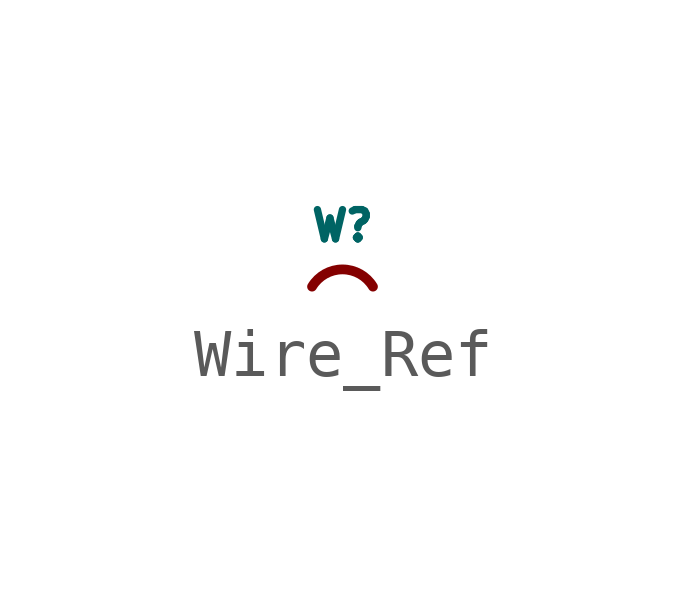
<source format=kicad_sym>
(kicad_symbol_lib
  (version 20220914)
  (generator kicad_symbol_editor)
  (symbol "Wire_Ref"
    (pin_numbers hide)
    (pin_names
      (offset 0))
    (property "Reference" "W"
      (at 0.635 1.27 0)
      (effects (font (size 0.61 0.61))))
    (symbol "Wire_Ref_0_1"
      (arc (start 1.27 0) (mid 0.635 0.3595) (end 0 0) (stroke (width 0.2032) (type solid)) (fill (type none))))
    (symbol "Wire_Ref_1_1"
      (pin passive line (at 0 0 0) (length 0) (name "~" (effects (font (size 1.27 1.27)))) (number "1" (effects (font (size 1.27 1.27)))))
      (pin passive line (at 1.27 0 180) (length 0) (name "~" (effects (font (size 1.27 1.27)))) (number "2" (effects (font (size 1.27 1.27))))))))
</source>
